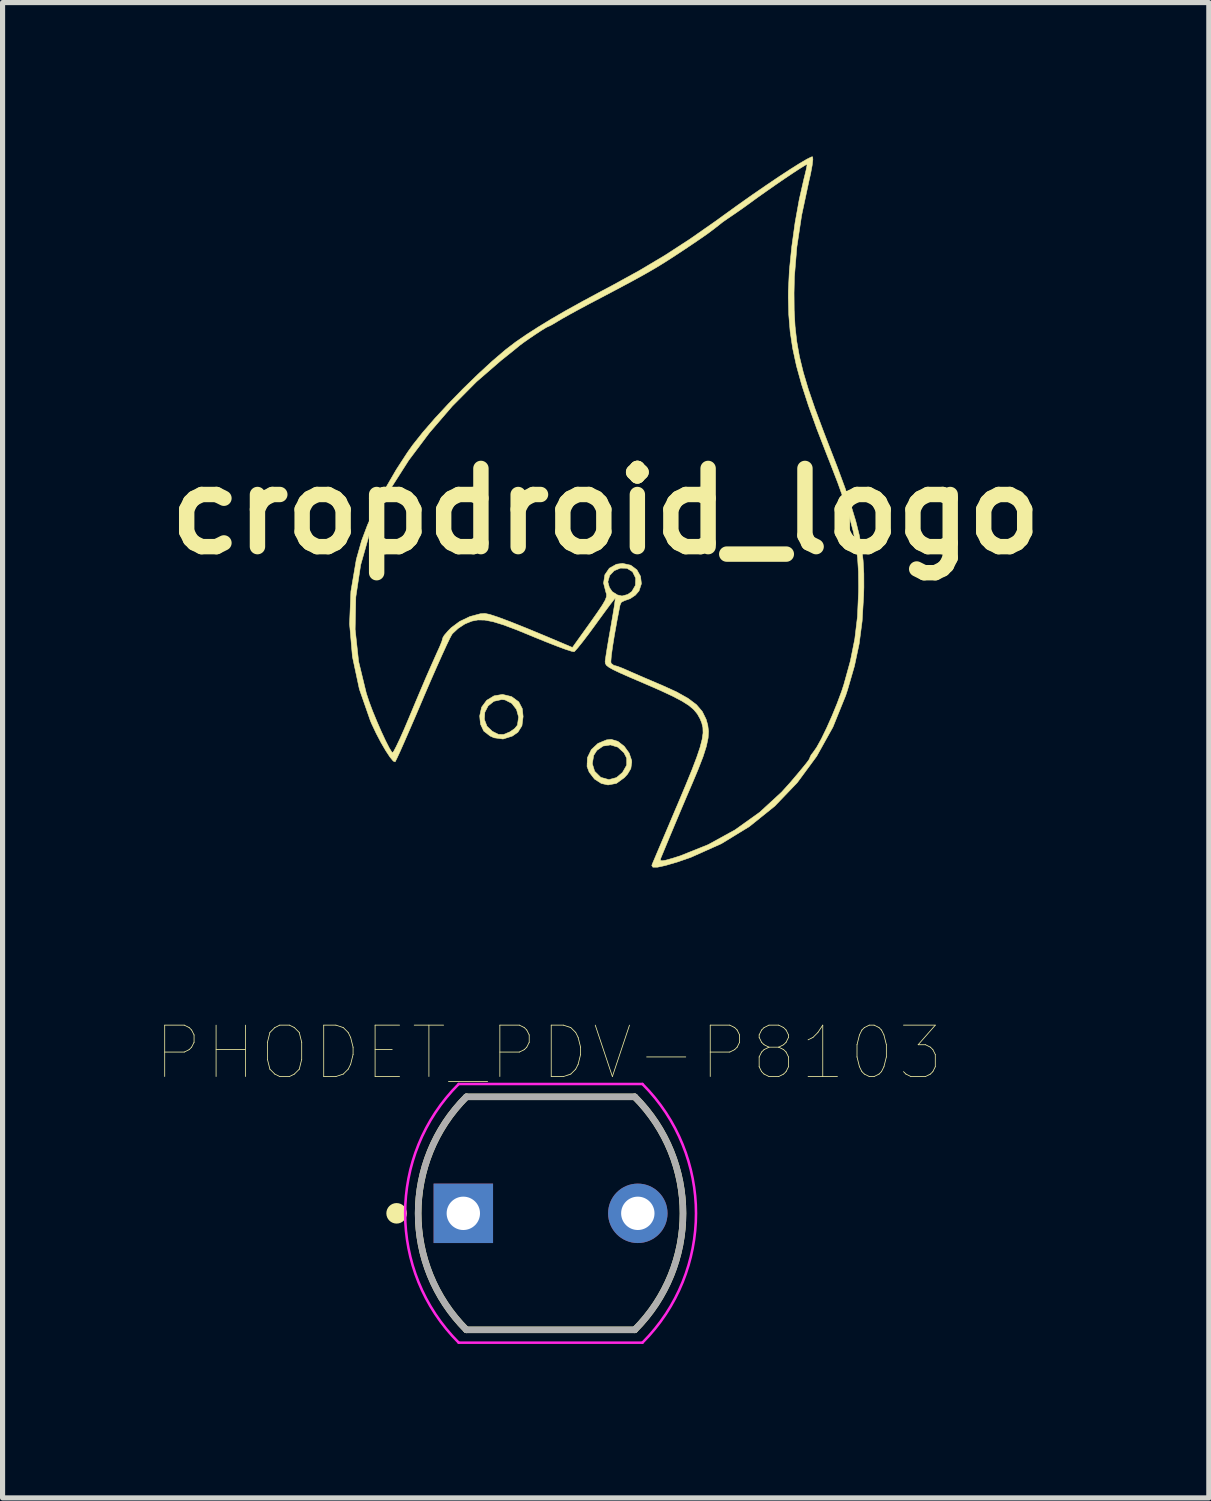
<source format=kicad_pcb>
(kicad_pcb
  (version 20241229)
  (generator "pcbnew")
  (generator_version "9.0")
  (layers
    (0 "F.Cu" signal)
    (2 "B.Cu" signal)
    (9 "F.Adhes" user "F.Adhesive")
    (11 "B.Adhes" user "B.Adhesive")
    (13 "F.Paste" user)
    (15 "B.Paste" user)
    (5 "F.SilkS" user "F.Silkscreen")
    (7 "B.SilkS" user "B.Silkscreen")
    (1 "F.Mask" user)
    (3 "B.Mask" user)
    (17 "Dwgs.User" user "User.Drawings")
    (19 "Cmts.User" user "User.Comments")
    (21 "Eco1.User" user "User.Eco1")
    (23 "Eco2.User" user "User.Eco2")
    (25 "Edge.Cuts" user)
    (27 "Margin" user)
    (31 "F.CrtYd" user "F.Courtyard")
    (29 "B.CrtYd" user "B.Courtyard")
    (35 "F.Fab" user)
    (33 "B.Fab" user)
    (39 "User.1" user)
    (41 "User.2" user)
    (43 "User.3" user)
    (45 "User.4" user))
  (footprint "cropdroid_logo"
    (layer "F.Cu")
    (at 8.752 6.912)
    (property "Reference" "cropdroid_logo" (at 0 0 0) (layer "F.SilkS") (effects (font (size 1.524 1.524) (thickness 0.3))))
    (attr through_hole)
    (fp_poly (pts (xy 0.237 4.483) (xy 0.361 4.579) (xy 0.457 4.712) (xy 0.506 4.856) (xy 0.508 4.889) (xy 0.49 5.014) (xy 0.425 5.123) (xy 0.364 5.19) (xy 0.208 5.303) (xy 0.045 5.333) (xy -0.085 5.304) (xy -0.218 5.218) (xy -0.322 5.083) (xy -0.363 4.973) (xy -0.361 4.918) (xy -0.261 4.918) (xy -0.215 5.067) (xy -0.102 5.179) (xy -0.091 5.186) (xy 0.063 5.229) (xy 0.211 5.189) (xy 0.328 5.089) (xy 0.409 4.947) (xy 0.409 4.81) (xy 0.356 4.706) (xy 0.236 4.596) (xy 0.093 4.553) (xy -0.051 4.575) (xy -0.172 4.66) (xy -0.233 4.756) (xy -0.261 4.918) (xy -0.361 4.918) (xy -0.356 4.801) (xy -0.28 4.645) (xy -0.151 4.524) (xy 0.015 4.455) (xy 0.108 4.445) (xy 0.237 4.483)) (stroke (width 0.01) (type solid)) (fill yes) (layer "F.SilkS"))
    (fp_poly (pts (xy -1.839 3.61) (xy -1.827 3.616) (xy -1.694 3.714) (xy -1.625 3.846) (xy -1.609 4) (xy -1.632 4.18) (xy -1.71 4.305) (xy -1.819 4.381) (xy -2 4.438) (xy -2.175 4.414) (xy -2.253 4.379) (xy -2.376 4.283) (xy -2.439 4.149) (xy -2.449 4.056) (xy -2.364 4.056) (xy -2.313 4.189) (xy -2.209 4.288) (xy -2.091 4.347) (xy -1.991 4.35) (xy -1.867 4.299) (xy -1.866 4.298) (xy -1.773 4.234) (xy -1.72 4.168) (xy -1.697 4.01) (xy -1.738 3.861) (xy -1.83 3.743) (xy -1.961 3.676) (xy -2.026 3.669) (xy -2.179 3.703) (xy -2.291 3.793) (xy -2.355 3.917) (xy -2.364 4.056) (xy -2.449 4.056) (xy -2.455 3.988) (xy -2.418 3.818) (xy -2.319 3.684) (xy -2.176 3.597) (xy -2.01 3.569) (xy -1.839 3.61)) (stroke (width 0.01) (type solid)) (fill yes) (layer "F.SilkS"))
    (fp_poly (pts (xy 4.037 -6.854) (xy 4.023 -6.738) (xy 3.993 -6.577) (xy 3.96 -6.432) (xy 3.818 -5.767) (xy 3.725 -5.15) (xy 3.677 -4.564) (xy 3.67 -4.255) (xy 3.673 -3.916) (xy 3.69 -3.606) (xy 3.723 -3.31) (xy 3.775 -3.016) (xy 3.85 -2.708) (xy 3.95 -2.373) (xy 4.079 -1.997) (xy 4.24 -1.566) (xy 4.335 -1.319) (xy 4.515 -0.856) (xy 4.662 -0.458) (xy 4.78 -0.113) (xy 4.872 0.189) (xy 4.94 0.461) (xy 4.987 0.715) (xy 5.016 0.961) (xy 5.03 1.213) (xy 5.031 1.482) (xy 5.026 1.648) (xy 4.997 2.139) (xy 4.939 2.583) (xy 4.847 3.017) (xy 4.714 3.476) (xy 4.677 3.589) (xy 4.428 4.205) (xy 4.112 4.773) (xy 3.733 5.288) (xy 3.294 5.746) (xy 2.799 6.144) (xy 2.253 6.478) (xy 1.658 6.744) (xy 1.395 6.835) (xy 1.165 6.902) (xy 1.008 6.936) (xy 0.92 6.936) (xy 0.898 6.902) (xy 0.902 6.89) (xy 0.923 6.838) (xy 0.973 6.72) (xy 1.048 6.543) (xy 1.143 6.32) (xy 1.253 6.061) (xy 1.374 5.775) (xy 1.4 5.715) (xy 1.556 5.344) (xy 1.68 5.04) (xy 1.773 4.796) (xy 1.839 4.6) (xy 1.879 4.444) (xy 1.897 4.32) (xy 1.894 4.216) (xy 1.872 4.125) (xy 1.84 4.046) (xy 1.787 3.951) (xy 1.717 3.866) (xy 1.621 3.784) (xy 1.487 3.699) (xy 1.306 3.604) (xy 1.067 3.492) (xy 0.759 3.358) (xy 0.738 3.349) (xy 0.477 3.237) (xy 0.284 3.152) (xy 0.149 3.088) (xy 0.062 3.039) (xy 0.013 3) (xy -0.007 2.964) (xy -0.011 2.925) (xy -0.009 2.911) (xy 0.003 2.827) (xy 0.026 2.68) (xy 0.058 2.489) (xy 0.096 2.275) (xy 0.101 2.245) (xy 0.136 2.042) (xy 0.164 1.872) (xy 0.181 1.752) (xy 0.187 1.696) (xy 0.186 1.693) (xy 0.158 1.726) (xy 0.089 1.815) (xy -0.01 1.949) (xy -0.133 2.117) (xy -0.197 2.206) (xy -0.33 2.387) (xy -0.449 2.543) (xy -0.543 2.66) (xy -0.603 2.727) (xy -0.616 2.737) (xy -0.669 2.727) (xy -0.786 2.689) (xy -0.956 2.626) (xy -1.165 2.544) (xy -1.401 2.448) (xy -1.429 2.436) (xy -1.744 2.307) (xy -1.995 2.213) (xy -2.194 2.152) (xy -2.355 2.121) (xy -2.489 2.118) (xy -2.608 2.141) (xy -2.725 2.188) (xy -2.75 2.2) (xy -2.876 2.283) (xy -2.98 2.38) (xy -2.997 2.401) (xy -3.034 2.47) (xy -3.099 2.605) (xy -3.187 2.797) (xy -3.293 3.034) (xy -3.412 3.305) (xy -3.539 3.6) (xy -3.574 3.683) (xy -3.699 3.977) (xy -3.816 4.247) (xy -3.918 4.481) (xy -4.002 4.671) (xy -4.064 4.806) (xy -4.099 4.876) (xy -4.104 4.883) (xy -4.14 4.867) (xy -4.204 4.789) (xy -4.287 4.663) (xy -4.379 4.505) (xy -4.472 4.328) (xy -4.558 4.146) (xy -4.584 4.085) (xy -4.8 3.465) (xy -4.935 2.833) (xy -4.981 2.301) (xy -4.882 2.301) (xy -4.814 2.929) (xy -4.664 3.547) (xy -4.608 3.716) (xy -4.54 3.897) (xy -4.458 4.095) (xy -4.372 4.293) (xy -4.289 4.471) (xy -4.217 4.612) (xy -4.165 4.697) (xy -4.157 4.707) (xy -4.132 4.68) (xy -4.082 4.585) (xy -4.011 4.436) (xy -3.925 4.243) (xy -3.835 4.03) (xy -3.708 3.726) (xy -3.602 3.475) (xy -3.507 3.251) (xy -3.41 3.03) (xy -3.301 2.785) (xy -3.235 2.639) (xy -3.194 2.539) (xy -3.175 2.472) (xy -3.175 2.468) (xy -3.147 2.419) (xy -3.075 2.335) (xy -3.012 2.271) (xy -2.847 2.148) (xy -2.645 2.051) (xy -2.442 1.997) (xy -2.353 1.991) (xy -2.26 2.01) (xy -2.092 2.065) (xy -1.85 2.156) (xy -1.535 2.282) (xy -1.149 2.442) (xy -1.097 2.464) (xy -0.648 2.654) (xy -0.299 2.167) (xy -0.161 1.971) (xy -0.067 1.831) (xy -0.01 1.733) (xy 0.015 1.665) (xy 0.016 1.614) (xy 0.004 1.578) (xy -0.042 1.399) (xy -0.038 1.376) (xy 0.042 1.376) (xy 0.072 1.485) (xy 0.127 1.566) (xy 0.228 1.63) (xy 0.318 1.651) (xy 0.427 1.622) (xy 0.508 1.566) (xy 0.579 1.443) (xy 0.584 1.302) (xy 0.523 1.178) (xy 0.414 1.111) (xy 0.287 1.108) (xy 0.166 1.158) (xy 0.077 1.252) (xy 0.042 1.376) (xy -0.038 1.376) (xy -0.016 1.237) (xy 0.071 1.11) (xy 0.21 1.032) (xy 0.329 1.016) (xy 0.488 1.051) (xy 0.608 1.141) (xy 0.679 1.268) (xy 0.696 1.412) (xy 0.649 1.553) (xy 0.578 1.635) (xy 0.477 1.703) (xy 0.387 1.735) (xy 0.379 1.736) (xy 0.304 1.773) (xy 0.279 1.831) (xy 0.22 2.136) (xy 0.171 2.409) (xy 0.134 2.639) (xy 0.11 2.815) (xy 0.101 2.927) (xy 0.105 2.962) (xy 0.159 3.004) (xy 0.172 3.006) (xy 0.232 3.022) (xy 0.338 3.063) (xy 0.392 3.087) (xy 0.501 3.135) (xy 0.666 3.207) (xy 0.864 3.292) (xy 1.075 3.382) (xy 1.081 3.384) (xy 1.379 3.519) (xy 1.604 3.645) (xy 1.769 3.769) (xy 1.883 3.903) (xy 1.957 4.054) (xy 1.989 4.166) (xy 2.004 4.285) (xy 1.996 4.418) (xy 1.962 4.579) (xy 1.898 4.78) (xy 1.8 5.033) (xy 1.69 5.295) (xy 1.582 5.547) (xy 1.47 5.811) (xy 1.365 6.06) (xy 1.279 6.266) (xy 1.261 6.308) (xy 1.189 6.482) (xy 1.128 6.629) (xy 1.086 6.73) (xy 1.072 6.763) (xy 1.066 6.799) (xy 1.094 6.811) (xy 1.17 6.799) (xy 1.305 6.761) (xy 1.456 6.713) (xy 1.999 6.495) (xy 2.519 6.209) (xy 3.002 5.864) (xy 3.429 5.471) (xy 3.595 5.287) (xy 3.749 5.105) (xy 3.856 4.976) (xy 3.924 4.891) (xy 3.962 4.839) (xy 3.977 4.809) (xy 3.979 4.797) (xy 4.004 4.746) (xy 4.039 4.702) (xy 4.111 4.599) (xy 4.203 4.433) (xy 4.305 4.223) (xy 4.41 3.987) (xy 4.51 3.743) (xy 4.597 3.509) (xy 4.641 3.374) (xy 4.768 2.916) (xy 4.854 2.487) (xy 4.906 2.051) (xy 4.927 1.576) (xy 4.928 1.46) (xy 4.925 1.176) (xy 4.908 0.912) (xy 4.876 0.658) (xy 4.825 0.397) (xy 4.751 0.118) (xy 4.651 -0.194) (xy 4.523 -0.552) (xy 4.362 -0.969) (xy 4.318 -1.079) (xy 4.116 -1.6) (xy 3.951 -2.058) (xy 3.819 -2.465) (xy 3.717 -2.833) (xy 3.643 -3.175) (xy 3.594 -3.503) (xy 3.567 -3.829) (xy 3.558 -4.165) (xy 3.559 -4.291) (xy 3.579 -4.697) (xy 3.625 -5.151) (xy 3.69 -5.623) (xy 3.772 -6.079) (xy 3.866 -6.491) (xy 3.873 -6.517) (xy 3.904 -6.645) (xy 3.922 -6.733) (xy 3.923 -6.759) (xy 3.885 -6.742) (xy 3.792 -6.684) (xy 3.657 -6.596) (xy 3.494 -6.487) (xy 3.316 -6.365) (xy 3.137 -6.24) (xy 2.97 -6.122) (xy 2.879 -6.056) (xy 2.728 -5.946) (xy 2.576 -5.839) (xy 2.48 -5.773) (xy 2.371 -5.699) (xy 2.288 -5.641) (xy 2.268 -5.626) (xy 2.13 -5.517) (xy 2 -5.419) (xy 1.856 -5.318) (xy 1.678 -5.197) (xy 1.524 -5.094) (xy 1.354 -4.982) (xy 1.206 -4.886) (xy 1.067 -4.799) (xy 0.927 -4.715) (xy 0.774 -4.627) (xy 0.596 -4.528) (xy 0.381 -4.412) (xy 0.118 -4.272) (xy -0.205 -4.102) (xy -0.318 -4.043) (xy -0.514 -3.938) (xy -0.699 -3.837) (xy -0.85 -3.752) (xy -0.941 -3.698) (xy -1.043 -3.637) (xy -1.112 -3.602) (xy -1.125 -3.598) (xy -1.167 -3.576) (xy -1.258 -3.52) (xy -1.375 -3.443) (xy -1.499 -3.359) (xy -1.607 -3.283) (xy -1.679 -3.229) (xy -1.693 -3.217) (xy -1.734 -3.183) (xy -1.825 -3.109) (xy -1.951 -3.008) (xy -2.032 -2.944) (xy -2.517 -2.524) (xy -2.989 -2.048) (xy -3.433 -1.532) (xy -3.836 -0.996) (xy -4.18 -0.457) (xy -4.349 -0.148) (xy -4.602 0.439) (xy -4.775 1.048) (xy -4.869 1.672) (xy -4.882 2.301) (xy -4.981 2.301) (xy -4.991 2.196) (xy -4.965 1.562) (xy -4.859 0.938) (xy -4.756 0.572) (xy -4.64 0.264) (xy -4.48 -0.084) (xy -4.29 -0.45) (xy -4.08 -0.812) (xy -3.863 -1.146) (xy -3.76 -1.291) (xy -3.568 -1.533) (xy -3.331 -1.807) (xy -3.062 -2.097) (xy -2.776 -2.39) (xy -2.487 -2.671) (xy -2.209 -2.927) (xy -1.955 -3.144) (xy -1.757 -3.296) (xy -1.542 -3.444) (xy -1.316 -3.589) (xy -1.069 -3.74) (xy -0.788 -3.903) (xy -0.46 -4.085) (xy -0.073 -4.293) (xy 0.127 -4.399) (xy 0.656 -4.69) (xy 1.153 -4.986) (xy 1.644 -5.305) (xy 2.158 -5.664) (xy 2.295 -5.764) (xy 2.575 -5.966) (xy 2.854 -6.163) (xy 3.123 -6.348) (xy 3.373 -6.517) (xy 3.595 -6.662) (xy 3.781 -6.779) (xy 3.921 -6.861) (xy 4.008 -6.904) (xy 4.032 -6.907) (xy 4.037 -6.854)) (stroke (width 0.01) (type solid)) (fill yes) (layer "F.SilkS")))
  (footprint "PHODET_PDV-P8103"
    (layer "F.Cu")
    (at 7.678 20.592)
    (property "Reference" "PHODET_PDV-P8103" (at -0.035 -3.128 0) (layer "F.SilkS") (effects (font (size 1.001 1.001) (thickness 0.015))))
    (attr through_hole)
    (fp_line (start -1.64 -2.27) (end 1.64 -2.27) (stroke (width 0.127) (type solid)) (layer "F.SilkS"))
    (fp_line (start 1.64 2.27) (end -1.64 2.27) (stroke (width 0.127) (type solid)) (layer "F.SilkS"))
    (fp_arc (start -1.64 2.27) (mid -2.580265 0) (end -1.64 -2.27) (stroke (width 0.127) (type solid)) (layer "F.SilkS"))
    (fp_arc (start 1.64 -2.27) (mid 2.580265 0) (end 1.64 2.27) (stroke (width 0.127) (type solid)) (layer "F.SilkS"))
    (fp_circle (center -3 0) (end -2.9 0) (stroke (width 0.2) (type solid)) (fill no) (layer "F.SilkS"))
    (fp_line (start -1.79 -2.52) (end 1.79 -2.52) (stroke (width 0.05) (type solid)) (layer "F.CrtYd"))
    (fp_line (start 1.79 2.52) (end -1.79 2.52) (stroke (width 0.05) (type solid)) (layer "F.CrtYd"))
    (fp_arc (start -1.79 2.52) (mid -2.833818 0) (end -1.79 -2.52) (stroke (width 0.05) (type solid)) (layer "F.CrtYd"))
    (fp_arc (start 1.79 -2.52) (mid 2.833818 0) (end 1.79 2.52) (stroke (width 0.05) (type solid)) (layer "F.CrtYd"))
    (fp_line (start -1.64 -2.27) (end 1.64 -2.27) (stroke (width 0.127) (type solid)) (layer "F.Fab"))
    (fp_line (start 1.64 2.27) (end -1.64 2.27) (stroke (width 0.127) (type solid)) (layer "F.Fab"))
    (fp_arc (start -1.64 2.27) (mid -2.580265 0) (end -1.64 -2.27) (stroke (width 0.127) (type solid)) (layer "F.Fab"))
    (fp_arc (start 1.64 -2.27) (mid 2.580265 0) (end 1.64 2.27) (stroke (width 0.127) (type solid)) (layer "F.Fab"))
    (fp_circle (center -1.7 0) (end -1.6 0) (stroke (width 0.2) (type solid)) (fill no) (layer "F.Fab"))
    (pad "1" thru_hole rect (at -1.7 0) (size 1.158 1.158) (drill 0.65) (layers "*.Cu" "*.Mask"))
    (pad "2" thru_hole circle (at 1.7 0) (size 1.158 1.158) (drill 0.65) (layers "*.Cu" "*.Mask")))
  (gr_rect
    (start -3 -3)
    (end 20.504 26.137)
    (stroke (width 0.1) (type default))
    (fill no)
    (layer "Edge.Cuts")))
</source>
